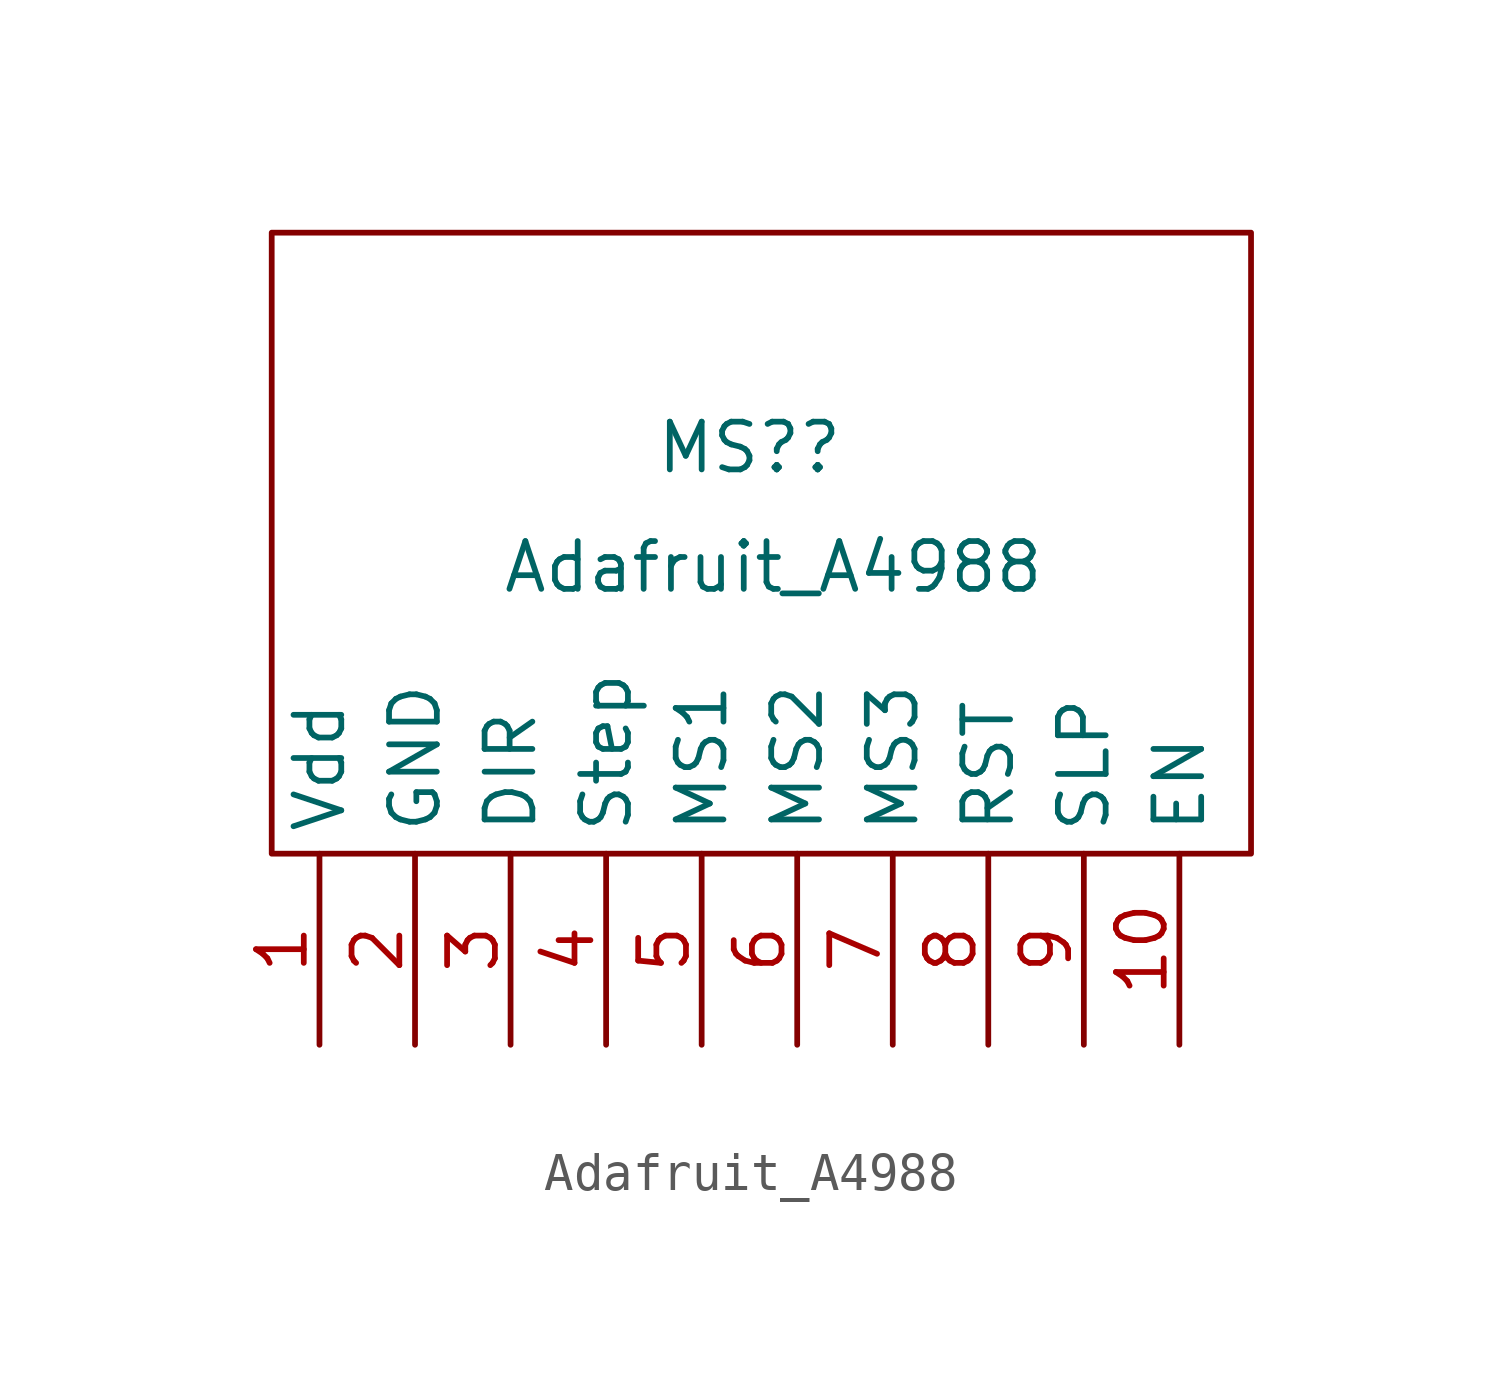
<source format=kicad_sym>
(kicad_symbol_lib
  (version 20211014)
  (generator kicad_symbol_editor)
  (symbol "Adafruit_A4988"
    (property "Reference" "MS?"
      (at 0 1.27 0)
      (effects (font (size 1.27 1.27))))
    (property "Value" "Adafruit_A4988"
      (at 0.635 -1.905 0)
      (effects (font (size 1.27 1.27))))
    (symbol "Adafruit_A4988_0_1"
      (rectangle (start 13.335 -9.525) (end -12.7 6.985) (stroke (width 0) (type default) (color 0 0 0 0)) (fill (type none))))
    (symbol "Adafruit_A4988_1_1"
      (pin power_in line (at -11.43 -14.605 90) (length 5.08) (name "Vdd" (effects (font (size 1.27 1.27)))) (number "1" (effects (font (size 1.27 1.27)))))
      (pin input line (at 11.43 -14.605 90) (length 5.08) (name "EN" (effects (font (size 1.27 1.27)))) (number "10" (effects (font (size 1.27 1.27)))))
      (pin power_in line (at -8.89 -14.605 90) (length 5.08) (name "GND" (effects (font (size 1.27 1.27)))) (number "2" (effects (font (size 1.27 1.27)))))
      (pin input line (at -6.35 -14.605 90) (length 5.08) (name "DIR" (effects (font (size 1.27 1.27)))) (number "3" (effects (font (size 1.27 1.27)))))
      (pin input line (at -3.81 -14.605 90) (length 5.08) (name "Step" (effects (font (size 1.27 1.27)))) (number "4" (effects (font (size 1.27 1.27)))))
      (pin input line (at -1.27 -14.605 90) (length 5.08) (name "MS1" (effects (font (size 1.27 1.27)))) (number "5" (effects (font (size 1.27 1.27)))))
      (pin input line (at 1.27 -14.605 90) (length 5.08) (name "MS2" (effects (font (size 1.27 1.27)))) (number "6" (effects (font (size 1.27 1.27)))))
      (pin input line (at 3.81 -14.605 90) (length 5.08) (name "MS3" (effects (font (size 1.27 1.27)))) (number "7" (effects (font (size 1.27 1.27)))))
      (pin input line (at 6.35 -14.605 90) (length 5.08) (name "RST" (effects (font (size 1.27 1.27)))) (number "8" (effects (font (size 1.27 1.27)))))
      (pin input line (at 8.89 -14.605 90) (length 5.08) (name "SLP" (effects (font (size 1.27 1.27)))) (number "9" (effects (font (size 1.27 1.27))))))))
</source>
